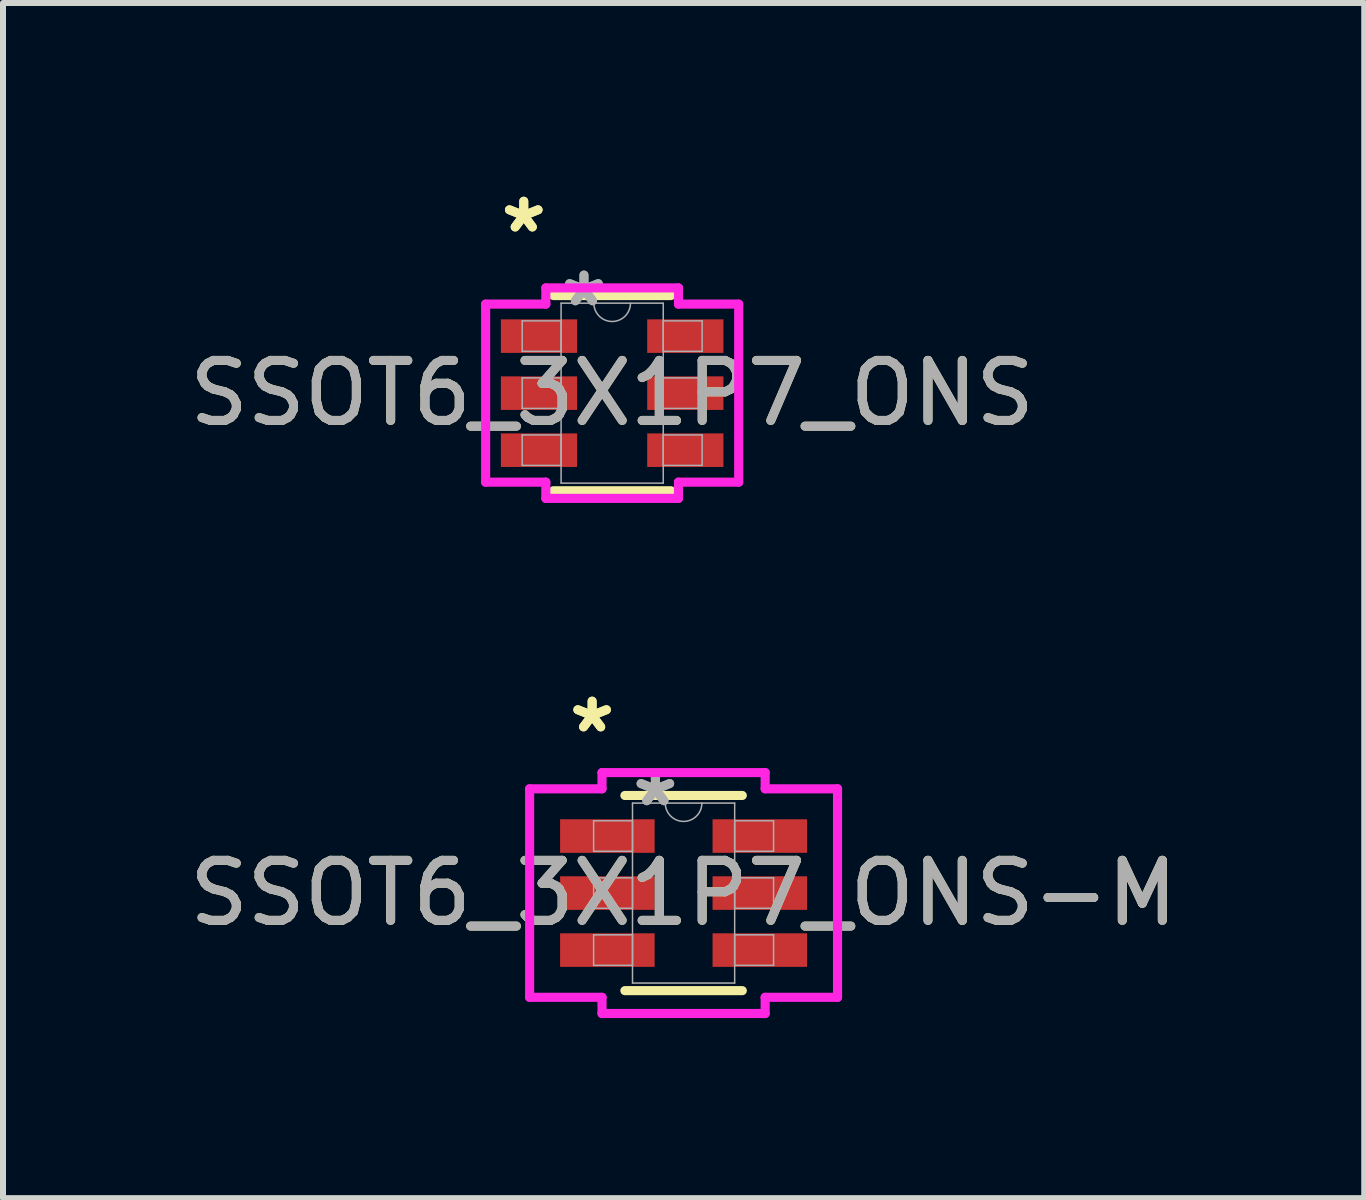
<source format=kicad_pcb>
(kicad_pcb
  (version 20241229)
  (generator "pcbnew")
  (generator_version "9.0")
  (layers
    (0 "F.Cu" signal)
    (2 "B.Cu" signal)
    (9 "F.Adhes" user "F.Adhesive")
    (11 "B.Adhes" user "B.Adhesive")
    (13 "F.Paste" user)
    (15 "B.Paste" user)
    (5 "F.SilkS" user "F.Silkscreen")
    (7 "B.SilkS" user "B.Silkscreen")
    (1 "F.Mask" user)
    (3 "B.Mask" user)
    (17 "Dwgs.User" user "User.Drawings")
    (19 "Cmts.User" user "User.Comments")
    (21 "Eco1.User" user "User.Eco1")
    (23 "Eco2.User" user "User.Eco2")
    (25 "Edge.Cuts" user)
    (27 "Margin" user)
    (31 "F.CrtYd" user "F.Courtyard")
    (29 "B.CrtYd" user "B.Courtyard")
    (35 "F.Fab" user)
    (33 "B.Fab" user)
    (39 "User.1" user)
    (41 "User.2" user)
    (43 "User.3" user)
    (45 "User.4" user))
  (footprint "SSOT6_3X1P7_ONS"
    (layer "F.Cu")
    (at 7.149 3.5)
    (property "Reference" "SSOT6_3X1P7_ONS" (at 0 0 0) (unlocked yes) (layer "F.SilkS") (effects (font (size 1 1) (thickness 0.15))))
    (attr smd)
    (fp_line (start -0.978 1.626) (end 0.978 1.626) (stroke (width 0.152) (type solid)) (layer "F.SilkS"))
    (fp_line (start 0.978 -1.626) (end -0.978 -1.626) (stroke (width 0.152) (type solid)) (layer "F.SilkS"))
    (fp_line (start -2.108 -1.483) (end -1.105 -1.483) (stroke (width 0.152) (type solid)) (layer "F.CrtYd"))
    (fp_line (start -2.108 1.483) (end -2.108 -1.483) (stroke (width 0.152) (type solid)) (layer "F.CrtYd"))
    (fp_line (start -2.108 1.483) (end -1.105 1.483) (stroke (width 0.152) (type solid)) (layer "F.CrtYd"))
    (fp_line (start -1.105 -1.753) (end 1.105 -1.753) (stroke (width 0.152) (type solid)) (layer "F.CrtYd"))
    (fp_line (start -1.105 -1.483) (end -1.105 -1.753) (stroke (width 0.152) (type solid)) (layer "F.CrtYd"))
    (fp_line (start -1.105 1.753) (end -1.105 1.483) (stroke (width 0.152) (type solid)) (layer "F.CrtYd"))
    (fp_line (start 1.105 -1.753) (end 1.105 -1.483) (stroke (width 0.152) (type solid)) (layer "F.CrtYd"))
    (fp_line (start 1.105 1.483) (end 1.105 1.753) (stroke (width 0.152) (type solid)) (layer "F.CrtYd"))
    (fp_line (start 1.105 1.753) (end -1.105 1.753) (stroke (width 0.152) (type solid)) (layer "F.CrtYd"))
    (fp_line (start 2.108 -1.483) (end 1.105 -1.483) (stroke (width 0.152) (type solid)) (layer "F.CrtYd"))
    (fp_line (start 2.108 -1.483) (end 2.108 1.483) (stroke (width 0.152) (type solid)) (layer "F.CrtYd"))
    (fp_line (start 2.108 1.483) (end 1.105 1.483) (stroke (width 0.152) (type solid)) (layer "F.CrtYd"))
    (fp_line (start -1.499 -1.204) (end -1.499 -0.696) (stroke (width 0.025) (type solid)) (layer "F.Fab"))
    (fp_line (start -1.499 -0.696) (end -0.851 -0.696) (stroke (width 0.025) (type solid)) (layer "F.Fab"))
    (fp_line (start -1.499 -0.254) (end -1.499 0.254) (stroke (width 0.025) (type solid)) (layer "F.Fab"))
    (fp_line (start -1.499 0.254) (end -0.851 0.254) (stroke (width 0.025) (type solid)) (layer "F.Fab"))
    (fp_line (start -1.499 0.696) (end -1.499 1.204) (stroke (width 0.025) (type solid)) (layer "F.Fab"))
    (fp_line (start -1.499 1.204) (end -0.851 1.204) (stroke (width 0.025) (type solid)) (layer "F.Fab"))
    (fp_line (start -0.851 -1.499) (end -0.851 1.499) (stroke (width 0.025) (type solid)) (layer "F.Fab"))
    (fp_line (start -0.851 -1.204) (end -1.499 -1.204) (stroke (width 0.025) (type solid)) (layer "F.Fab"))
    (fp_line (start -0.851 -0.696) (end -0.851 -1.204) (stroke (width 0.025) (type solid)) (layer "F.Fab"))
    (fp_line (start -0.851 -0.254) (end -1.499 -0.254) (stroke (width 0.025) (type solid)) (layer "F.Fab"))
    (fp_line (start -0.851 0.254) (end -0.851 -0.254) (stroke (width 0.025) (type solid)) (layer "F.Fab"))
    (fp_line (start -0.851 0.696) (end -1.499 0.696) (stroke (width 0.025) (type solid)) (layer "F.Fab"))
    (fp_line (start -0.851 1.204) (end -0.851 0.696) (stroke (width 0.025) (type solid)) (layer "F.Fab"))
    (fp_line (start -0.851 1.499) (end 0.851 1.499) (stroke (width 0.025) (type solid)) (layer "F.Fab"))
    (fp_line (start 0.851 -1.499) (end -0.851 -1.499) (stroke (width 0.025) (type solid)) (layer "F.Fab"))
    (fp_line (start 0.851 -1.204) (end 0.851 -0.696) (stroke (width 0.025) (type solid)) (layer "F.Fab"))
    (fp_line (start 0.851 -0.696) (end 1.499 -0.696) (stroke (width 0.025) (type solid)) (layer "F.Fab"))
    (fp_line (start 0.851 -0.254) (end 0.851 0.254) (stroke (width 0.025) (type solid)) (layer "F.Fab"))
    (fp_line (start 0.851 0.254) (end 1.499 0.254) (stroke (width 0.025) (type solid)) (layer "F.Fab"))
    (fp_line (start 0.851 0.696) (end 0.851 1.204) (stroke (width 0.025) (type solid)) (layer "F.Fab"))
    (fp_line (start 0.851 1.204) (end 1.499 1.204) (stroke (width 0.025) (type solid)) (layer "F.Fab"))
    (fp_line (start 0.851 1.499) (end 0.851 -1.499) (stroke (width 0.025) (type solid)) (layer "F.Fab"))
    (fp_line (start 1.499 -1.204) (end 0.851 -1.204) (stroke (width 0.025) (type solid)) (layer "F.Fab"))
    (fp_line (start 1.499 -0.696) (end 1.499 -1.204) (stroke (width 0.025) (type solid)) (layer "F.Fab"))
    (fp_line (start 1.499 -0.254) (end 0.851 -0.254) (stroke (width 0.025) (type solid)) (layer "F.Fab"))
    (fp_line (start 1.499 0.254) (end 1.499 -0.254) (stroke (width 0.025) (type solid)) (layer "F.Fab"))
    (fp_line (start 1.499 0.696) (end 0.851 0.696) (stroke (width 0.025) (type solid)) (layer "F.Fab"))
    (fp_line (start 1.499 1.204) (end 1.499 0.696) (stroke (width 0.025) (type solid)) (layer "F.Fab"))
    (fp_arc (start 0.3048 -1.4986) (mid 0 -1.1938) (end -0.3048 -1.4986) (stroke (width 0.0254) (type solid)) (layer "F.Fab"))
    (fp_text user "*" (at -1.473 -2.652 0) (layer "F.SilkS") (effects (font (size 1 1) (thickness 0.15))))
    (fp_text user "*" (at -1.473 -2.652 0) (unlocked yes) (layer "F.SilkS") (effects (font (size 1 1) (thickness 0.15))))
    (fp_text user "${REFERENCE}" (at 0 0 0) (unlocked yes) (layer "F.Fab") (effects (font (size 1 1) (thickness 0.15))))
    (fp_text user "*" (at -0.47 -1.422 0) (unlocked yes) (layer "F.Fab") (effects (font (size 1 1) (thickness 0.15))))
    (fp_text user "*" (at -0.47 -1.422 0) (layer "F.Fab") (effects (font (size 1 1) (thickness 0.15))))
    (pad "1" smd rect (at -1.219 -0.95) (size 1.27 0.559) (layers "F.Cu" "F.Mask" "F.Paste"))
    (pad "2" smd rect (at -1.219 0) (size 1.27 0.559) (layers "F.Cu" "F.Mask" "F.Paste"))
    (pad "3" smd rect (at -1.219 0.95) (size 1.27 0.559) (layers "F.Cu" "F.Mask" "F.Paste"))
    (pad "4" smd rect (at 1.219 0.95) (size 1.27 0.559) (layers "F.Cu" "F.Mask" "F.Paste"))
    (pad "5" smd rect (at 1.219 0) (size 1.27 0.559) (layers "F.Cu" "F.Mask" "F.Paste"))
    (pad "6" smd rect (at 1.219 -0.95) (size 1.27 0.559) (layers "F.Cu" "F.Mask" "F.Paste")))
  (footprint "SSOT6_3X1P7_ONS-M"
    (layer "F.Cu")
    (at 8.339 11.829)
    (property "Reference" "SSOT6_3X1P7_ONS-M" (at 0 0 0) (unlocked yes) (layer "F.SilkS") (effects (font (size 1 1) (thickness 0.15))))
    (attr smd)
    (fp_line (start -0.978 1.626) (end 0.978 1.626) (stroke (width 0.152) (type solid)) (layer "F.SilkS"))
    (fp_line (start 0.978 -1.626) (end -0.978 -1.626) (stroke (width 0.152) (type solid)) (layer "F.SilkS"))
    (fp_line (start -2.565 -1.737) (end -1.359 -1.737) (stroke (width 0.152) (type solid)) (layer "F.CrtYd"))
    (fp_line (start -2.565 1.737) (end -2.565 -1.737) (stroke (width 0.152) (type solid)) (layer "F.CrtYd"))
    (fp_line (start -2.565 1.737) (end -1.359 1.737) (stroke (width 0.152) (type solid)) (layer "F.CrtYd"))
    (fp_line (start -1.359 -2.007) (end 1.359 -2.007) (stroke (width 0.152) (type solid)) (layer "F.CrtYd"))
    (fp_line (start -1.359 -1.737) (end -1.359 -2.007) (stroke (width 0.152) (type solid)) (layer "F.CrtYd"))
    (fp_line (start -1.359 2.007) (end -1.359 1.737) (stroke (width 0.152) (type solid)) (layer "F.CrtYd"))
    (fp_line (start 1.359 -2.007) (end 1.359 -1.737) (stroke (width 0.152) (type solid)) (layer "F.CrtYd"))
    (fp_line (start 1.359 1.737) (end 1.359 2.007) (stroke (width 0.152) (type solid)) (layer "F.CrtYd"))
    (fp_line (start 1.359 2.007) (end -1.359 2.007) (stroke (width 0.152) (type solid)) (layer "F.CrtYd"))
    (fp_line (start 2.565 -1.737) (end 1.359 -1.737) (stroke (width 0.152) (type solid)) (layer "F.CrtYd"))
    (fp_line (start 2.565 -1.737) (end 2.565 1.737) (stroke (width 0.152) (type solid)) (layer "F.CrtYd"))
    (fp_line (start 2.565 1.737) (end 1.359 1.737) (stroke (width 0.152) (type solid)) (layer "F.CrtYd"))
    (fp_line (start -1.499 -1.204) (end -1.499 -0.696) (stroke (width 0.025) (type solid)) (layer "F.Fab"))
    (fp_line (start -1.499 -0.696) (end -0.851 -0.696) (stroke (width 0.025) (type solid)) (layer "F.Fab"))
    (fp_line (start -1.499 -0.254) (end -1.499 0.254) (stroke (width 0.025) (type solid)) (layer "F.Fab"))
    (fp_line (start -1.499 0.254) (end -0.851 0.254) (stroke (width 0.025) (type solid)) (layer "F.Fab"))
    (fp_line (start -1.499 0.696) (end -1.499 1.204) (stroke (width 0.025) (type solid)) (layer "F.Fab"))
    (fp_line (start -1.499 1.204) (end -0.851 1.204) (stroke (width 0.025) (type solid)) (layer "F.Fab"))
    (fp_line (start -0.851 -1.499) (end -0.851 1.499) (stroke (width 0.025) (type solid)) (layer "F.Fab"))
    (fp_line (start -0.851 -1.204) (end -1.499 -1.204) (stroke (width 0.025) (type solid)) (layer "F.Fab"))
    (fp_line (start -0.851 -0.696) (end -0.851 -1.204) (stroke (width 0.025) (type solid)) (layer "F.Fab"))
    (fp_line (start -0.851 -0.254) (end -1.499 -0.254) (stroke (width 0.025) (type solid)) (layer "F.Fab"))
    (fp_line (start -0.851 0.254) (end -0.851 -0.254) (stroke (width 0.025) (type solid)) (layer "F.Fab"))
    (fp_line (start -0.851 0.696) (end -1.499 0.696) (stroke (width 0.025) (type solid)) (layer "F.Fab"))
    (fp_line (start -0.851 1.204) (end -0.851 0.696) (stroke (width 0.025) (type solid)) (layer "F.Fab"))
    (fp_line (start -0.851 1.499) (end 0.851 1.499) (stroke (width 0.025) (type solid)) (layer "F.Fab"))
    (fp_line (start 0.851 -1.499) (end -0.851 -1.499) (stroke (width 0.025) (type solid)) (layer "F.Fab"))
    (fp_line (start 0.851 -1.204) (end 0.851 -0.696) (stroke (width 0.025) (type solid)) (layer "F.Fab"))
    (fp_line (start 0.851 -0.696) (end 1.499 -0.696) (stroke (width 0.025) (type solid)) (layer "F.Fab"))
    (fp_line (start 0.851 -0.254) (end 0.851 0.254) (stroke (width 0.025) (type solid)) (layer "F.Fab"))
    (fp_line (start 0.851 0.254) (end 1.499 0.254) (stroke (width 0.025) (type solid)) (layer "F.Fab"))
    (fp_line (start 0.851 0.696) (end 0.851 1.204) (stroke (width 0.025) (type solid)) (layer "F.Fab"))
    (fp_line (start 0.851 1.204) (end 1.499 1.204) (stroke (width 0.025) (type solid)) (layer "F.Fab"))
    (fp_line (start 0.851 1.499) (end 0.851 -1.499) (stroke (width 0.025) (type solid)) (layer "F.Fab"))
    (fp_line (start 1.499 -1.204) (end 0.851 -1.204) (stroke (width 0.025) (type solid)) (layer "F.Fab"))
    (fp_line (start 1.499 -0.696) (end 1.499 -1.204) (stroke (width 0.025) (type solid)) (layer "F.Fab"))
    (fp_line (start 1.499 -0.254) (end 0.851 -0.254) (stroke (width 0.025) (type solid)) (layer "F.Fab"))
    (fp_line (start 1.499 0.254) (end 1.499 -0.254) (stroke (width 0.025) (type solid)) (layer "F.Fab"))
    (fp_line (start 1.499 0.696) (end 0.851 0.696) (stroke (width 0.025) (type solid)) (layer "F.Fab"))
    (fp_line (start 1.499 1.204) (end 1.499 0.696) (stroke (width 0.025) (type solid)) (layer "F.Fab"))
    (fp_arc (start 0.3048 -1.4986) (mid 0 -1.1938) (end -0.3048 -1.4986) (stroke (width 0.0254) (type solid)) (layer "F.Fab"))
    (fp_text user "*" (at -1.524 -2.652 0) (unlocked yes) (layer "F.SilkS") (effects (font (size 1 1) (thickness 0.15))))
    (fp_text user "*" (at -1.524 -2.652 0) (layer "F.SilkS") (effects (font (size 1 1) (thickness 0.15))))
    (fp_text user "*" (at -0.47 -1.422 0) (layer "F.Fab") (effects (font (size 1 1) (thickness 0.15))))
    (fp_text user "${REFERENCE}" (at 0 0 0) (unlocked yes) (layer "F.Fab") (effects (font (size 1 1) (thickness 0.15))))
    (fp_text user "*" (at -0.47 -1.422 0) (unlocked yes) (layer "F.Fab") (effects (font (size 1 1) (thickness 0.15))))
    (pad "1" smd rect (at -1.27 -0.95) (size 1.575 0.559) (layers "F.Cu" "F.Mask" "F.Paste"))
    (pad "2" smd rect (at -1.27 0) (size 1.575 0.559) (layers "F.Cu" "F.Mask" "F.Paste"))
    (pad "3" smd rect (at -1.27 0.95) (size 1.575 0.559) (layers "F.Cu" "F.Mask" "F.Paste"))
    (pad "4" smd rect (at 1.27 0.95) (size 1.575 0.559) (layers "F.Cu" "F.Mask" "F.Paste"))
    (pad "5" smd rect (at 1.27 0) (size 1.575 0.559) (layers "F.Cu" "F.Mask" "F.Paste"))
    (pad "6" smd rect (at 1.27 -0.95) (size 1.575 0.559) (layers "F.Cu" "F.Mask" "F.Paste")))
  (gr_rect
    (start -3 -3)
    (end 19.679 16.912)
    (stroke (width 0.1) (type default))
    (fill no)
    (layer "Edge.Cuts")))
</source>
